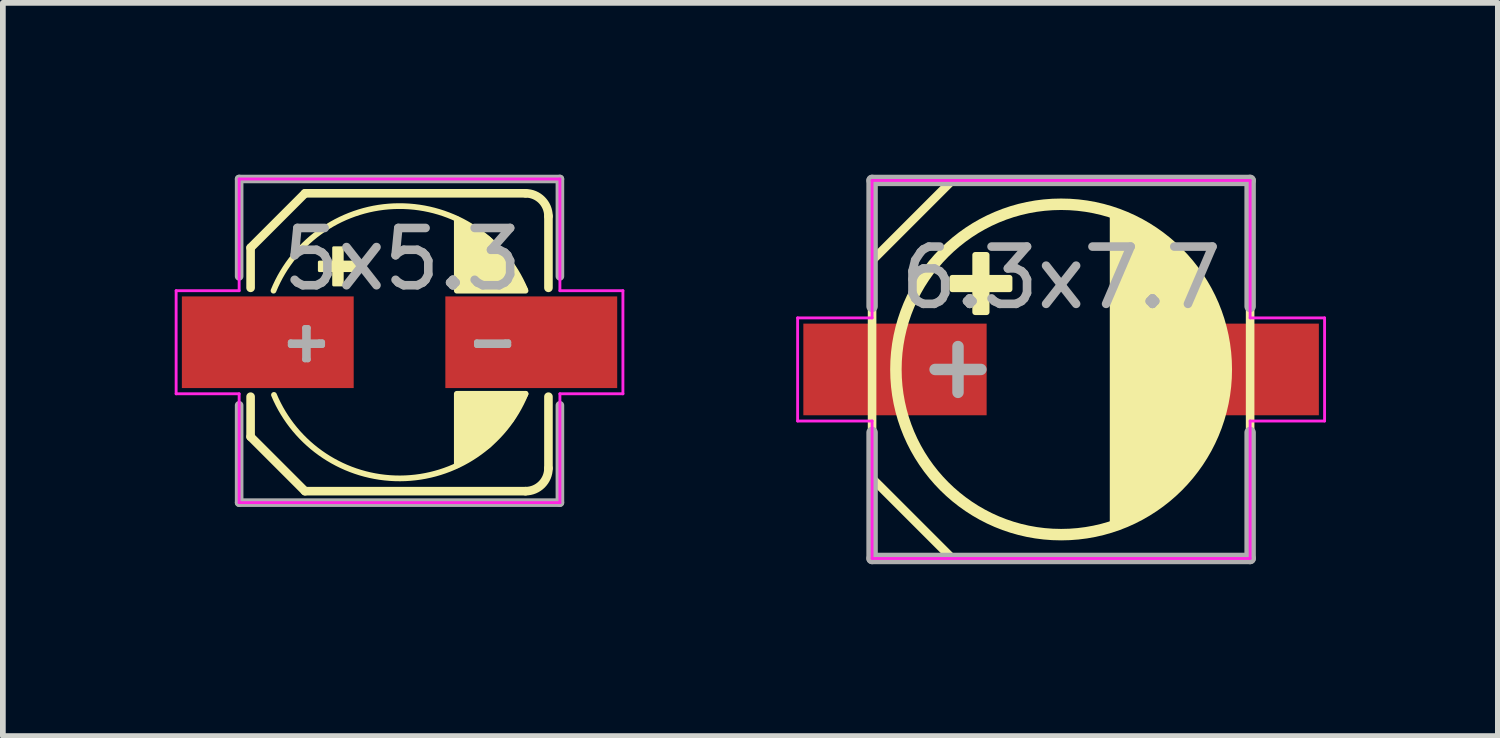
<source format=kicad_pcb>
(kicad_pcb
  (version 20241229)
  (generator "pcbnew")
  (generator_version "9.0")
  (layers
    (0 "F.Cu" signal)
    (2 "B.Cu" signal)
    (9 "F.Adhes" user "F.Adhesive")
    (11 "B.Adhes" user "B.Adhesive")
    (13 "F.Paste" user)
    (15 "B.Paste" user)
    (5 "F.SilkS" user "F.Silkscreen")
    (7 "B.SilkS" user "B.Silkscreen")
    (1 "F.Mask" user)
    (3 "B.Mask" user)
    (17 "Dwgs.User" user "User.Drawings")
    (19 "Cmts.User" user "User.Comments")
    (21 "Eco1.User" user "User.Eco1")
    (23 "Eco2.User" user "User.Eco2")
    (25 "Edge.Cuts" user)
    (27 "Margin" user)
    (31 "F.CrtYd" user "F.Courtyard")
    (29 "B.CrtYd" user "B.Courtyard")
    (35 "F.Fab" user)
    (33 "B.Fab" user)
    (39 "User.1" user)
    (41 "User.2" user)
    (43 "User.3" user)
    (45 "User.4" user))
  (footprint "5x5.3"
    (layer "F.Cu")
    (at 3.925 2.925)
    (property "Reference" "5x5.3" (at 0.05 -1.45 0) (layer "F.Fab") (effects (font (size 1 1) (thickness 0.15))))
    (attr smd)
    (fp_line (start -2.6 -1.65) (end -2.6 -0.95) (stroke (width 0.15) (type solid)) (layer "F.SilkS"))
    (fp_line (start -2.6 -1.65) (end -1.65 -2.6) (stroke (width 0.15) (type solid)) (layer "F.SilkS"))
    (fp_line (start -2.6 0.95) (end -2.6 1.65) (stroke (width 0.15) (type solid)) (layer "F.SilkS"))
    (fp_line (start -2.6 1.65) (end -1.65 2.6) (stroke (width 0.15) (type solid)) (layer "F.SilkS"))
    (fp_line (start -1.65 -2.6) (end 2.2 -2.6) (stroke (width 0.15) (type solid)) (layer "F.SilkS"))
    (fp_line (start -1.65 2.6) (end 2.2 2.6) (stroke (width 0.15) (type solid)) (layer "F.SilkS"))
    (fp_line (start 2.6 -2.2) (end 2.6 -0.95) (stroke (width 0.15) (type solid)) (layer "F.SilkS"))
    (fp_line (start 2.6 0.95) (end 2.6 2.2) (stroke (width 0.15) (type solid)) (layer "F.SilkS"))
    (fp_arc (start -2.2 -0.9) (mid -0.010412 -2.37695) (end 2.192031 -0.919239) (stroke (width 0.1) (type solid)) (layer "F.SilkS"))
    (fp_arc (start 2.2 -2.6) (mid 2.482843 -2.482843) (end 2.6 -2.2) (stroke (width 0.15) (type solid)) (layer "F.SilkS"))
    (fp_arc (start 2.2 0.9) (mid 0.010412 2.37695) (end -2.192031 0.919239) (stroke (width 0.1) (type solid)) (layer "F.SilkS"))
    (fp_arc (start 2.6 2.2) (mid 2.482843 2.482843) (end 2.2 2.6) (stroke (width 0.15) (type solid)) (layer "F.SilkS"))
    (fp_poly (pts (xy 1.55 -1.8) (xy 1.95 -1.35) (xy 2.2 -0.9) (xy 1 -0.9) (xy 1 -2.15)) (stroke (width 0.1) (type solid)) (fill yes) (layer "F.SilkS"))
    (fp_poly (pts (xy 1.55 1.8) (xy 1.95 1.35) (xy 2.2 0.9) (xy 1 0.9) (xy 1 2.15)) (stroke (width 0.1) (type solid)) (fill yes) (layer "F.SilkS"))
    (fp_poly (pts (xy -1 -1.4) (xy -0.75 -1.4) (xy -0.75 -1.25) (xy -1 -1.25) (xy -1 -1) (xy -1.15 -1) (xy -1.15 -1.25) (xy -1.4 -1.25) (xy -1.4 -1.4) (xy -1.15 -1.4) (xy -1.15 -1.65) (xy -1 -1.65)) (stroke (width 0.05) (type solid)) (fill yes) (layer "F.SilkS"))
    (fp_line (start -3.9 -0.9) (end -3.9 0.9) (stroke (width 0.05) (type solid)) (layer "F.CrtYd"))
    (fp_line (start -3.9 -0.9) (end -2.8 -0.9) (stroke (width 0.05) (type solid)) (layer "F.CrtYd"))
    (fp_line (start -3.9 0.9) (end -2.8 0.9) (stroke (width 0.05) (type solid)) (layer "F.CrtYd"))
    (fp_line (start -2.8 -2.85) (end -2.8 -0.9) (stroke (width 0.05) (type solid)) (layer "F.CrtYd"))
    (fp_line (start -2.8 0.9) (end -2.8 2.8) (stroke (width 0.05) (type solid)) (layer "F.CrtYd"))
    (fp_line (start -2.8 2.8) (end 2.8 2.8) (stroke (width 0.05) (type solid)) (layer "F.CrtYd"))
    (fp_line (start 2.8 -2.85) (end -2.8 -2.85) (stroke (width 0.05) (type solid)) (layer "F.CrtYd"))
    (fp_line (start 2.8 -0.9) (end 2.8 -2.85) (stroke (width 0.05) (type solid)) (layer "F.CrtYd"))
    (fp_line (start 2.8 0.9) (end 3.9 0.9) (stroke (width 0.05) (type solid)) (layer "F.CrtYd"))
    (fp_line (start 2.8 2.8) (end 2.8 0.9) (stroke (width 0.05) (type solid)) (layer "F.CrtYd"))
    (fp_line (start 3.9 -0.9) (end 2.8 -0.9) (stroke (width 0.05) (type solid)) (layer "F.CrtYd"))
    (fp_line (start 3.9 0.9) (end 3.9 -0.9) (stroke (width 0.05) (type solid)) (layer "F.CrtYd"))
    (fp_line (start -2.8 -2.85) (end 2.8 -2.85) (stroke (width 0.15) (type solid)) (layer "F.Fab"))
    (fp_line (start -2.8 -1.15) (end -2.8 -2.85) (stroke (width 0.15) (type solid)) (layer "F.Fab"))
    (fp_line (start -2.8 2.8) (end -2.8 1.1) (stroke (width 0.15) (type solid)) (layer "F.Fab"))
    (fp_line (start -2.8 2.8) (end 2.8 2.8) (stroke (width 0.15) (type solid)) (layer "F.Fab"))
    (fp_line (start -1.9 0) (end -1.4 0) (stroke (width 0.1) (type solid)) (layer "F.Fab"))
    (fp_line (start -1.9 0.05) (end -1.9 0) (stroke (width 0.1) (type solid)) (layer "F.Fab"))
    (fp_line (start -1.65 -0.25) (end -1.65 0.3) (stroke (width 0.1) (type solid)) (layer "F.Fab"))
    (fp_line (start -1.65 0.3) (end -1.6 0.3) (stroke (width 0.1) (type solid)) (layer "F.Fab"))
    (fp_line (start -1.6 -0.25) (end -1.65 -0.25) (stroke (width 0.1) (type solid)) (layer "F.Fab"))
    (fp_line (start -1.6 0.3) (end -1.6 -0.25) (stroke (width 0.1) (type solid)) (layer "F.Fab"))
    (fp_line (start -1.4 0) (end -1.35 0) (stroke (width 0.1) (type solid)) (layer "F.Fab"))
    (fp_line (start -1.35 0) (end -1.35 0.05) (stroke (width 0.1) (type solid)) (layer "F.Fab"))
    (fp_line (start -1.35 0.05) (end -1.9 0.05) (stroke (width 0.1) (type solid)) (layer "F.Fab"))
    (fp_line (start 1.35 0) (end 1.85 0) (stroke (width 0.1) (type solid)) (layer "F.Fab"))
    (fp_line (start 1.35 0.05) (end 1.35 0) (stroke (width 0.1) (type solid)) (layer "F.Fab"))
    (fp_line (start 1.85 0) (end 1.9 0) (stroke (width 0.1) (type solid)) (layer "F.Fab"))
    (fp_line (start 1.9 0) (end 1.9 0.05) (stroke (width 0.1) (type solid)) (layer "F.Fab"))
    (fp_line (start 1.9 0.05) (end 1.35 0.05) (stroke (width 0.1) (type solid)) (layer "F.Fab"))
    (fp_line (start 2.8 -1.15) (end 2.8 -2.85) (stroke (width 0.15) (type solid)) (layer "F.Fab"))
    (fp_line (start 2.8 2.8) (end 2.8 1.1) (stroke (width 0.15) (type solid)) (layer "F.Fab"))
    (pad "1" smd rect (at -2.3 0 180) (size 3 1.6) (layers "F.Cu" "F.Mask" "F.Paste"))
    (pad "2" smd rect (at 2.3 0 180) (size 3 1.6) (layers "F.Cu" "F.Mask" "F.Paste")))
  (footprint "6.3x7.7"
    (layer "F.Cu")
    (at 15.475 3.4)
    (property "Reference" "6.3x7.7" (at 0 -1.6 0) (layer "F.Fab") (effects (font (size 1 1) (thickness 0.15))))
    (attr smd)
    (fp_line (start -3.3 -1.9) (end -1.9 -3.3) (stroke (width 0.15) (type solid)) (layer "F.SilkS"))
    (fp_line (start -3.3 1.9) (end -3.3 -1.9) (stroke (width 0.15) (type solid)) (layer "F.SilkS"))
    (fp_line (start -1.9 -3.3) (end 3.3 -3.3) (stroke (width 0.15) (type solid)) (layer "F.SilkS"))
    (fp_line (start -1.9 3.3) (end -3.3 1.9) (stroke (width 0.15) (type solid)) (layer "F.SilkS"))
    (fp_line (start 3.3 -3.3) (end 3.3 3.3) (stroke (width 0.15) (type solid)) (layer "F.SilkS"))
    (fp_line (start 3.3 3.3) (end -1.9 3.3) (stroke (width 0.15) (type solid)) (layer "F.SilkS"))
    (fp_circle (center 0 0) (end 2.884 0) (stroke (width 0.2) (type solid)) (fill no) (layer "F.SilkS"))
    (fp_poly (pts (xy 1.4 -2.5) (xy 2.5 -1.5) (xy 2.9 0) (xy 2.5 1.5) (xy 1.5 2.4) (xy 0.9 2.7) (xy 0.9 -2.7)) (stroke (width 0.1) (type solid)) (fill yes) (layer "F.SilkS"))
    (fp_poly (pts (xy -1.3 -1.6) (xy -0.9 -1.6) (xy -0.9 -1.4) (xy -1.3 -1.4) (xy -1.3 -1) (xy -1.5 -1) (xy -1.5 -1.4) (xy -1.9 -1.4) (xy -1.9 -1.6) (xy -1.5 -1.6) (xy -1.5 -2) (xy -1.3 -2)) (stroke (width 0.1) (type solid)) (fill yes) (layer "F.SilkS"))
    (fp_line (start -4.6 -0.9) (end -4.6 0.9) (stroke (width 0.05) (type solid)) (layer "F.CrtYd"))
    (fp_line (start -4.6 0.9) (end -3.3 0.9) (stroke (width 0.05) (type solid)) (layer "F.CrtYd"))
    (fp_line (start -3.3 -3.3) (end 3.3 -3.3) (stroke (width 0.05) (type solid)) (layer "F.CrtYd"))
    (fp_line (start -3.3 -0.9) (end -4.6 -0.9) (stroke (width 0.05) (type solid)) (layer "F.CrtYd"))
    (fp_line (start -3.3 -0.9) (end -3.3 -3.3) (stroke (width 0.05) (type solid)) (layer "F.CrtYd"))
    (fp_line (start -3.3 3.3) (end -3.3 0.9) (stroke (width 0.05) (type solid)) (layer "F.CrtYd"))
    (fp_line (start 3.3 -3.3) (end 3.3 -0.9) (stroke (width 0.05) (type solid)) (layer "F.CrtYd"))
    (fp_line (start 3.3 -0.9) (end 4.6 -0.9) (stroke (width 0.05) (type solid)) (layer "F.CrtYd"))
    (fp_line (start 3.3 0.9) (end 3.3 3.3) (stroke (width 0.05) (type solid)) (layer "F.CrtYd"))
    (fp_line (start 3.3 3.3) (end -3.3 3.3) (stroke (width 0.05) (type solid)) (layer "F.CrtYd"))
    (fp_line (start 4.6 -0.9) (end 4.6 0.9) (stroke (width 0.05) (type solid)) (layer "F.CrtYd"))
    (fp_line (start 4.6 0.9) (end 3.3 0.9) (stroke (width 0.05) (type solid)) (layer "F.CrtYd"))
    (fp_line (start -3.3 -3.3) (end 3.3 -3.3) (stroke (width 0.2) (type solid)) (layer "F.Fab"))
    (fp_line (start -3.3 -1.1) (end -3.3 -3.3) (stroke (width 0.2) (type solid)) (layer "F.Fab"))
    (fp_line (start -3.3 1.1) (end -3.3 3.3) (stroke (width 0.2) (type solid)) (layer "F.Fab"))
    (fp_line (start -3.3 3.3) (end 3.3 3.3) (stroke (width 0.2) (type solid)) (layer "F.Fab"))
    (fp_line (start -2.2 0) (end -1.4 0) (stroke (width 0.2) (type solid)) (layer "F.Fab"))
    (fp_line (start -1.8 -0.4) (end -1.8 0.4) (stroke (width 0.2) (type solid)) (layer "F.Fab"))
    (fp_line (start 3.3 -3.3) (end 3.3 -1.1) (stroke (width 0.2) (type solid)) (layer "F.Fab"))
    (fp_line (start 3.3 3.3) (end 3.3 1.1) (stroke (width 0.2) (type solid)) (layer "F.Fab"))
    (pad "1" smd rect (at -2.9 0 180) (size 3.2 1.6) (layers "F.Cu" "F.Mask" "F.Paste"))
    (pad "2" smd rect (at 2.9 0 180) (size 3.2 1.6) (layers "F.Cu" "F.Mask" "F.Paste")))
  (gr_rect
    (start -3 -3)
    (end 23.1 9.8)
    (stroke (width 0.1) (type default))
    (fill no)
    (layer "Edge.Cuts")))
</source>
